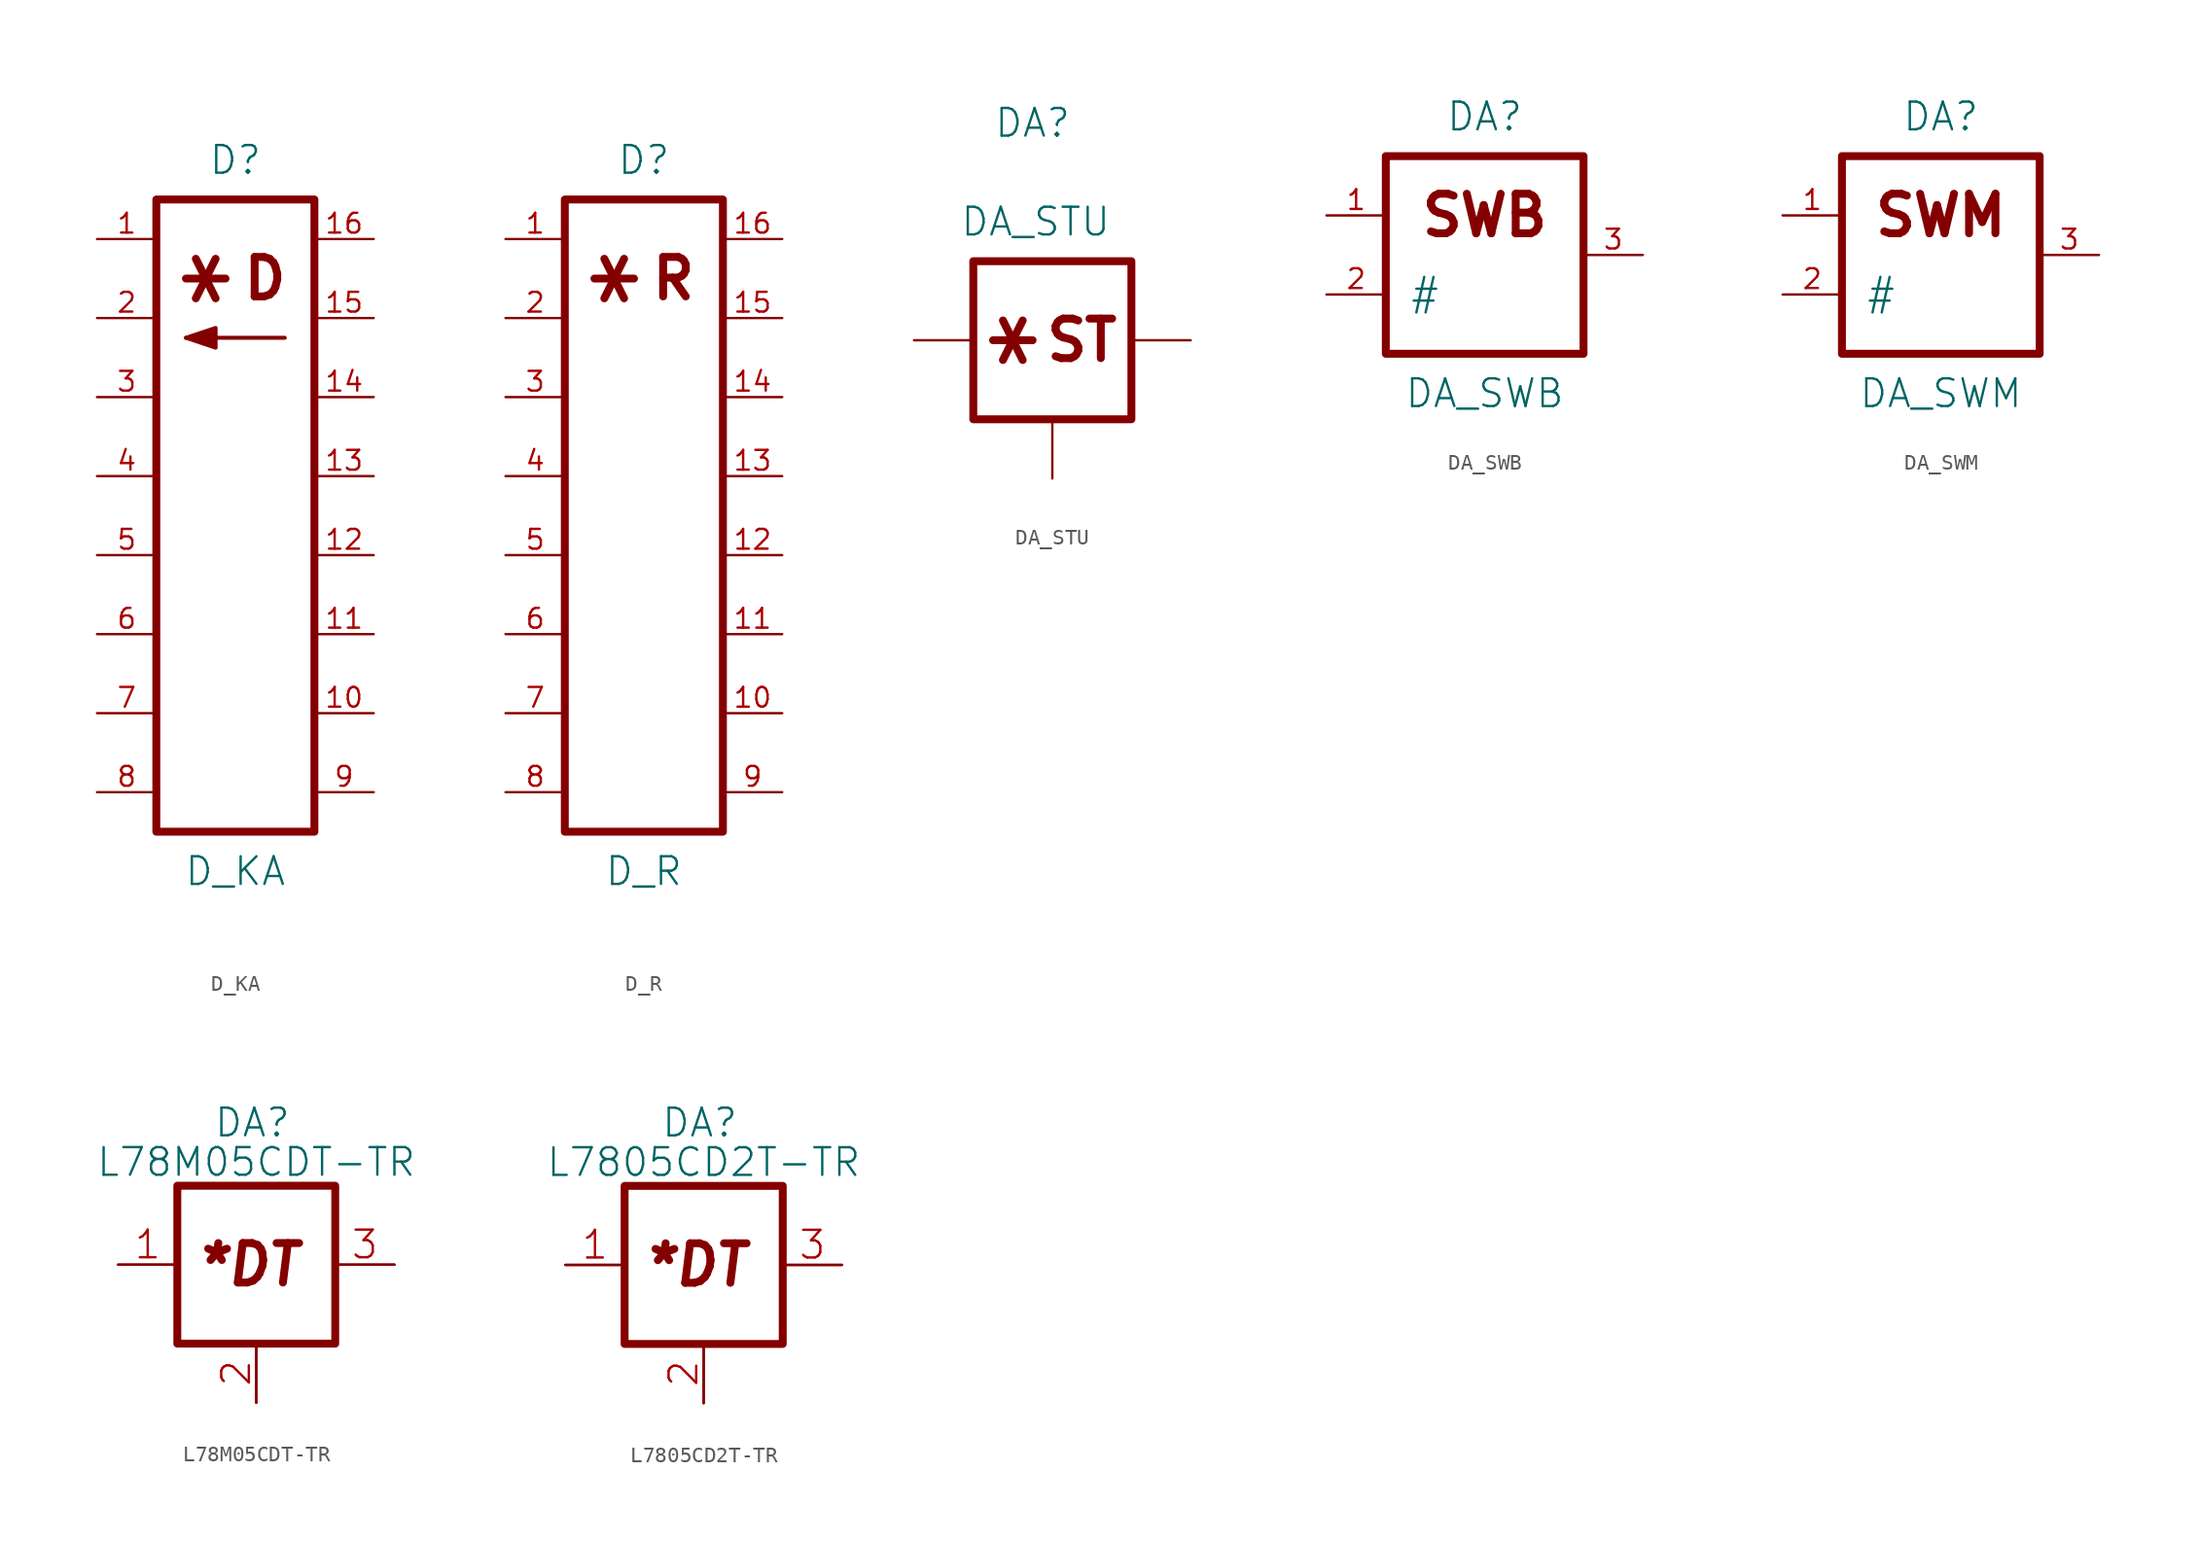
<source format=kicad_sym>
(kicad_symbol_lib
  (version 20211014)
  (generator kicad_symbol_editor)
  (symbol "D_KA"
    (pin_names
      (offset 1.27))
    (property "Reference" "D"
      (at 0 22.86 0)
      (effects (font (size 1.778 1.778))))
    (property "Value" "D_KA"
      (at 0 -22.86 0)
      (effects (font (size 1.778 1.778))))
    (symbol "D_KA_0_0"
      (polyline (pts (xy -3.175 11.43) (xy 3.175 11.43)) (stroke (width 0.254) (type default) (color 0 0 0 0)) (fill (type none)))
      (polyline (pts (xy -3.175 15.24) (xy -0.635 15.24)) (stroke (width 0.508) (type default) (color 0 0 0 0)) (fill (type none)))
      (polyline (pts (xy -2.54 16.51) (xy -1.27 13.97)) (stroke (width 0.508) (type default) (color 0 0 0 0)) (fill (type none)))
      (polyline (pts (xy -1.27 16.51) (xy -2.54 13.97)) (stroke (width 0.508) (type default) (color 0 0 0 0)) (fill (type none)))
      (polyline (pts (xy -3.175 11.43) (xy -1.27 12.065) (xy -1.27 10.795) (xy -3.175 11.43)) (stroke (width 0.254) (type default) (color 0 0 0 0)) (fill (type outline)))
      (text "D" (at 1.905 15.24 0) (effects (font (size 2.54 2.54) bold))))
    (symbol "D_KA_0_1"
      (rectangle (start -5.08 20.32) (end 5.08 -20.32) (stroke (width 0.508) (type default) (color 0 0 0 0)) (fill (type none))))
    (symbol "D_KA_1_1"
      (pin passive line (at -8.89 17.78 0) (length 3.81) (name "~" (effects (font (size 1.778 1.778)))) (number "1" (effects (font (size 1.27 1.27)))))
      (pin passive line (at 8.89 -12.7 180) (length 3.81) (name "~" (effects (font (size 1.778 1.778)))) (number "10" (effects (font (size 1.27 1.27)))))
      (pin passive line (at 8.89 -7.62 180) (length 3.81) (name "~" (effects (font (size 1.778 1.778)))) (number "11" (effects (font (size 1.27 1.27)))))
      (pin passive line (at 8.89 -2.54 180) (length 3.81) (name "~" (effects (font (size 1.778 1.778)))) (number "12" (effects (font (size 1.27 1.27)))))
      (pin passive line (at 8.89 2.54 180) (length 3.81) (name "~" (effects (font (size 1.778 1.778)))) (number "13" (effects (font (size 1.27 1.27)))))
      (pin passive line (at 8.89 7.62 180) (length 3.81) (name "~" (effects (font (size 1.778 1.778)))) (number "14" (effects (font (size 1.27 1.27)))))
      (pin passive line (at 8.89 12.7 180) (length 3.81) (name "~" (effects (font (size 1.778 1.778)))) (number "15" (effects (font (size 1.27 1.27)))))
      (pin passive line (at 8.89 17.78 180) (length 3.81) (name "~" (effects (font (size 1.778 1.778)))) (number "16" (effects (font (size 1.27 1.27)))))
      (pin passive line (at -8.89 12.7 0) (length 3.81) (name "~" (effects (font (size 1.778 1.778)))) (number "2" (effects (font (size 1.27 1.27)))))
      (pin passive line (at -8.89 7.62 0) (length 3.81) (name "~" (effects (font (size 1.778 1.778)))) (number "3" (effects (font (size 1.27 1.27)))))
      (pin passive line (at -8.89 2.54 0) (length 3.81) (name "~" (effects (font (size 1.778 1.778)))) (number "4" (effects (font (size 1.27 1.27)))))
      (pin passive line (at -8.89 -2.54 0) (length 3.81) (name "~" (effects (font (size 1.778 1.778)))) (number "5" (effects (font (size 1.27 1.27)))))
      (pin passive line (at -8.89 -7.62 0) (length 3.81) (name "~" (effects (font (size 1.778 1.778)))) (number "6" (effects (font (size 1.27 1.27)))))
      (pin passive line (at -8.89 -12.7 0) (length 3.81) (name "~" (effects (font (size 1.778 1.778)))) (number "7" (effects (font (size 1.27 1.27)))))
      (pin passive line (at -8.89 -17.78 0) (length 3.81) (name "~" (effects (font (size 1.778 1.778)))) (number "8" (effects (font (size 1.27 1.27)))))
      (pin passive line (at 8.89 -17.78 180) (length 3.81) (name "~" (effects (font (size 1.778 1.778)))) (number "9" (effects (font (size 1.27 1.27)))))))
  (symbol "D_R"
    (pin_names
      (offset 1.27))
    (property "Reference" "D"
      (at 0 22.86 0)
      (effects (font (size 1.778 1.778))))
    (property "Value" "D_R"
      (at 0 -22.86 0)
      (effects (font (size 1.778 1.778))))
    (symbol "D_R_0_0"
      (polyline (pts (xy -3.175 15.24) (xy -0.635 15.24)) (stroke (width 0.508) (type default) (color 0 0 0 0)) (fill (type none)))
      (polyline (pts (xy -2.54 16.51) (xy -1.27 13.97)) (stroke (width 0.508) (type default) (color 0 0 0 0)) (fill (type none)))
      (polyline (pts (xy -1.27 16.51) (xy -2.54 13.97)) (stroke (width 0.508) (type default) (color 0 0 0 0)) (fill (type none)))
      (text "R" (at 1.905 15.24 0) (effects (font (size 2.54 2.54) bold))))
    (symbol "D_R_0_1"
      (rectangle (start -5.08 20.32) (end 5.08 -20.32) (stroke (width 0.508) (type default) (color 0 0 0 0)) (fill (type none))))
    (symbol "D_R_1_1"
      (pin passive line (at -8.89 17.78 0) (length 3.81) (name "~" (effects (font (size 1.778 1.778)))) (number "1" (effects (font (size 1.27 1.27)))))
      (pin passive line (at 8.89 -12.7 180) (length 3.81) (name "~" (effects (font (size 1.778 1.778)))) (number "10" (effects (font (size 1.27 1.27)))))
      (pin passive line (at 8.89 -7.62 180) (length 3.81) (name "~" (effects (font (size 1.778 1.778)))) (number "11" (effects (font (size 1.27 1.27)))))
      (pin passive line (at 8.89 -2.54 180) (length 3.81) (name "~" (effects (font (size 1.778 1.778)))) (number "12" (effects (font (size 1.27 1.27)))))
      (pin passive line (at 8.89 2.54 180) (length 3.81) (name "~" (effects (font (size 1.778 1.778)))) (number "13" (effects (font (size 1.27 1.27)))))
      (pin passive line (at 8.89 7.62 180) (length 3.81) (name "~" (effects (font (size 1.778 1.778)))) (number "14" (effects (font (size 1.27 1.27)))))
      (pin passive line (at 8.89 12.7 180) (length 3.81) (name "~" (effects (font (size 1.778 1.778)))) (number "15" (effects (font (size 1.27 1.27)))))
      (pin passive line (at 8.89 17.78 180) (length 3.81) (name "~" (effects (font (size 1.778 1.778)))) (number "16" (effects (font (size 1.27 1.27)))))
      (pin passive line (at -8.89 12.7 0) (length 3.81) (name "~" (effects (font (size 1.778 1.778)))) (number "2" (effects (font (size 1.27 1.27)))))
      (pin passive line (at -8.89 7.62 0) (length 3.81) (name "~" (effects (font (size 1.778 1.778)))) (number "3" (effects (font (size 1.27 1.27)))))
      (pin passive line (at -8.89 2.54 0) (length 3.81) (name "~" (effects (font (size 1.778 1.778)))) (number "4" (effects (font (size 1.27 1.27)))))
      (pin passive line (at -8.89 -2.54 0) (length 3.81) (name "~" (effects (font (size 1.778 1.778)))) (number "5" (effects (font (size 1.27 1.27)))))
      (pin passive line (at -8.89 -7.62 0) (length 3.81) (name "~" (effects (font (size 1.778 1.778)))) (number "6" (effects (font (size 1.27 1.27)))))
      (pin passive line (at -8.89 -12.7 0) (length 3.81) (name "~" (effects (font (size 1.778 1.778)))) (number "7" (effects (font (size 1.27 1.27)))))
      (pin passive line (at -8.89 -17.78 0) (length 3.81) (name "~" (effects (font (size 1.778 1.778)))) (number "8" (effects (font (size 1.27 1.27)))))
      (pin passive line (at 8.89 -17.78 180) (length 3.81) (name "~" (effects (font (size 1.778 1.778)))) (number "9" (effects (font (size 1.27 1.27)))))))
  (symbol "DA_STU"
    (pin_names
      (offset 0))
    (property "Reference" "DA"
      (at -1.27 13.97 0)
      (effects (font (size 1.778 1.778))))
    (property "Value" "DA_STU"
      (at 3.81 7.62 0)
      (effects (font (size 1.778 1.778)) (justify right)))
    (symbol "DA_STU_0_0"
      (polyline (pts (xy -3.81 0) (xy -1.27 0)) (stroke (width 0.508) (type default) (color 0 0 0 0)) (fill (type none)))
      (polyline (pts (xy -3.175 1.27) (xy -1.905 -1.27)) (stroke (width 0.508) (type default) (color 0 0 0 0)) (fill (type none)))
      (polyline (pts (xy -1.905 1.27) (xy -3.175 -1.27)) (stroke (width 0.508) (type default) (color 0 0 0 0)) (fill (type none)))
      (text "ST" (at 1.905 0 0) (effects (font (size 2.54 2.54) bold))))
    (symbol "DA_STU_0_1"
      (rectangle (start -5.08 5.08) (end 5.08 -5.08) (stroke (width 0.508) (type default) (color 0 0 0 0)) (fill (type none)))
      (polyline (pts (xy -8.89 0) (xy -5.08 0)) (stroke (width 0) (type default) (color 0 0 0 0)) (fill (type none)))
      (polyline (pts (xy 0 -5.08) (xy 0 -8.89)) (stroke (width 0) (type default) (color 0 0 0 0)) (fill (type none)))
      (polyline (pts (xy 5.08 0) (xy 8.89 0)) (stroke (width 0) (type default) (color 0 0 0 0)) (fill (type none))))
    (symbol "DA_STU_1_1"
      (pin power_in line (at -8.89 0 0) (length 3.81) hide (name "IN" (effects (font (size 1.27 1.27)))) (number "1" (effects (font (size 1.27 1.27)))))
      (pin passive line (at 0 -8.89 90) (length 3.81) hide (name "GND" (effects (font (size 1.27 1.27)))) (number "2" (effects (font (size 1.27 1.27)))))
      (pin power_out line (at 8.89 0 180) (length 3.81) hide (name "OUT" (effects (font (size 1.27 1.27)))) (number "3" (effects (font (size 1.27 1.27)))))))
  (symbol "DA_SWB"
    (pin_names
      (offset 1.524))
    (property "Reference" "DA"
      (at 0 8.89 0)
      (effects (font (size 1.778 1.778))))
    (property "Value" "DA_SWB"
      (at 0 -8.89 0)
      (effects (font (size 1.778 1.778))))
    (symbol "DA_SWB_0_0"
      (text "SWB" (at 0 2.54 0) (effects (font (size 2.54 2.54) bold))))
    (symbol "DA_SWB_0_1"
      (rectangle (start -6.35 6.35) (end 6.35 -6.35) (stroke (width 0.508) (type default) (color 0 0 0 0)) (fill (type none))))
    (symbol "DA_SWB_1_1"
      (pin bidirectional line (at -10.16 2.54 0) (length 3.81) (name "~" (effects (font (size 1.778 1.778)))) (number "1" (effects (font (size 1.27 1.27)))))
      (pin input line (at -10.16 -2.54 0) (length 3.81) (name "#" (effects (font (size 1.778 1.778)))) (number "2" (effects (font (size 1.27 1.27)))))
      (pin bidirectional line (at 10.16 0 180) (length 3.81) (name "~" (effects (font (size 1.778 1.778)))) (number "3" (effects (font (size 1.27 1.27)))))))
  (symbol "DA_SWM"
    (pin_names
      (offset 1.524))
    (property "Reference" "DA"
      (at 0 8.89 0)
      (effects (font (size 1.778 1.778))))
    (property "Value" "DA_SWM"
      (at 0 -8.89 0)
      (effects (font (size 1.778 1.778))))
    (symbol "DA_SWM_0_0"
      (text "SWM" (at 0 2.54 0) (effects (font (size 2.54 2.54) bold))))
    (symbol "DA_SWM_0_1"
      (rectangle (start -6.35 6.35) (end 6.35 -6.35) (stroke (width 0.508) (type default) (color 0 0 0 0)) (fill (type none))))
    (symbol "DA_SWM_1_1"
      (pin bidirectional line (at -10.16 2.54 0) (length 3.81) (name "~" (effects (font (size 1.778 1.778)))) (number "1" (effects (font (size 1.27 1.27)))))
      (pin input line (at -10.16 -2.54 0) (length 3.81) (name "#" (effects (font (size 1.778 1.778)))) (number "2" (effects (font (size 1.27 1.27)))))
      (pin bidirectional line (at 10.16 0 180) (length 3.81) (name "~" (effects (font (size 1.778 1.778)))) (number "3" (effects (font (size 1.27 1.27)))))))
  (symbol "L78M05CDT-TR"
    (pin_names
      (offset 2.007) hide)
    (property "Reference" "DA"
      (at -0.254 9.144 0)
      (effects (font (size 1.778 1.778))))
    (property "Value" "L78M05CDT-TR"
      (at 0 6.604 0)
      (effects (font (size 1.778 1.778))))
    (symbol "L78M05CDT-TR_1_1"
      (rectangle (start -5.08 5.08) (end 5.08 -5.08) (stroke (width 0.508) (type default) (color 0 0 0 0)) (fill (type none)))
      (polyline (pts (xy -8.89 0) (xy -5.08 0)) (stroke (width 0) (type default) (color 0 0 0 0)) (fill (type none)))
      (polyline (pts (xy 0 -5.08) (xy 0 -8.89)) (stroke (width 0) (type default) (color 0 0 0 0)) (fill (type none)))
      (polyline (pts (xy 5.08 0) (xy 8.89 0)) (stroke (width 0) (type default) (color 0 0 0 0)) (fill (type none)))
      (text "*DT" (at -0.508 0 0) (effects (font (size 2.54 2.54) bold italic)))
      (pin power_in line (at -8.89 0 0) (length 3.81) (name "IN" (effects (font (size 1.778 1.778)))) (number "1" (effects (font (size 1.778 1.778)))))
      (pin power_in line (at 0 -8.89 90) (length 3.81) (name "GND" (effects (font (size 1.778 1.778)))) (number "2" (effects (font (size 1.778 1.778)))))
      (pin power_out line (at 8.89 0 180) (length 3.81) (name "OUTPUT" (effects (font (size 1.778 1.778)))) (number "3" (effects (font (size 1.778 1.778)))))))
  (symbol "L7805CD2T-TR"
    (pin_names
      (offset 2.007) hide)
    (property "Reference" "DA"
      (at -0.254 9.144 0)
      (effects (font (size 1.778 1.778))))
    (property "Value" "L7805CD2T-TR"
      (at 0 6.604 0)
      (effects (font (size 1.778 1.778))))
    (symbol "L7805CD2T-TR_1_1"
      (rectangle (start -5.08 5.08) (end 5.08 -5.08) (stroke (width 0.508) (type default) (color 0 0 0 0)) (fill (type none)))
      (polyline (pts (xy -8.89 0) (xy -5.08 0)) (stroke (width 0) (type default) (color 0 0 0 0)) (fill (type none)))
      (polyline (pts (xy 0 -5.08) (xy 0 -8.89)) (stroke (width 0) (type default) (color 0 0 0 0)) (fill (type none)))
      (polyline (pts (xy 5.08 0) (xy 8.89 0)) (stroke (width 0) (type default) (color 0 0 0 0)) (fill (type none)))
      (text "*DT" (at -0.508 0 0) (effects (font (size 2.54 2.54) bold italic)))
      (pin power_in line (at -8.89 0 0) (length 3.81) (name "IN" (effects (font (size 1.778 1.778)))) (number "1" (effects (font (size 1.778 1.778)))))
      (pin power_in line (at 0 -8.89 90) (length 3.81) (name "GND" (effects (font (size 1.778 1.778)))) (number "2" (effects (font (size 1.778 1.778)))))
      (pin power_out line (at 8.89 0 180) (length 3.81) (name "OUTPUT" (effects (font (size 1.778 1.778)))) (number "3" (effects (font (size 1.778 1.778))))))))
</source>
